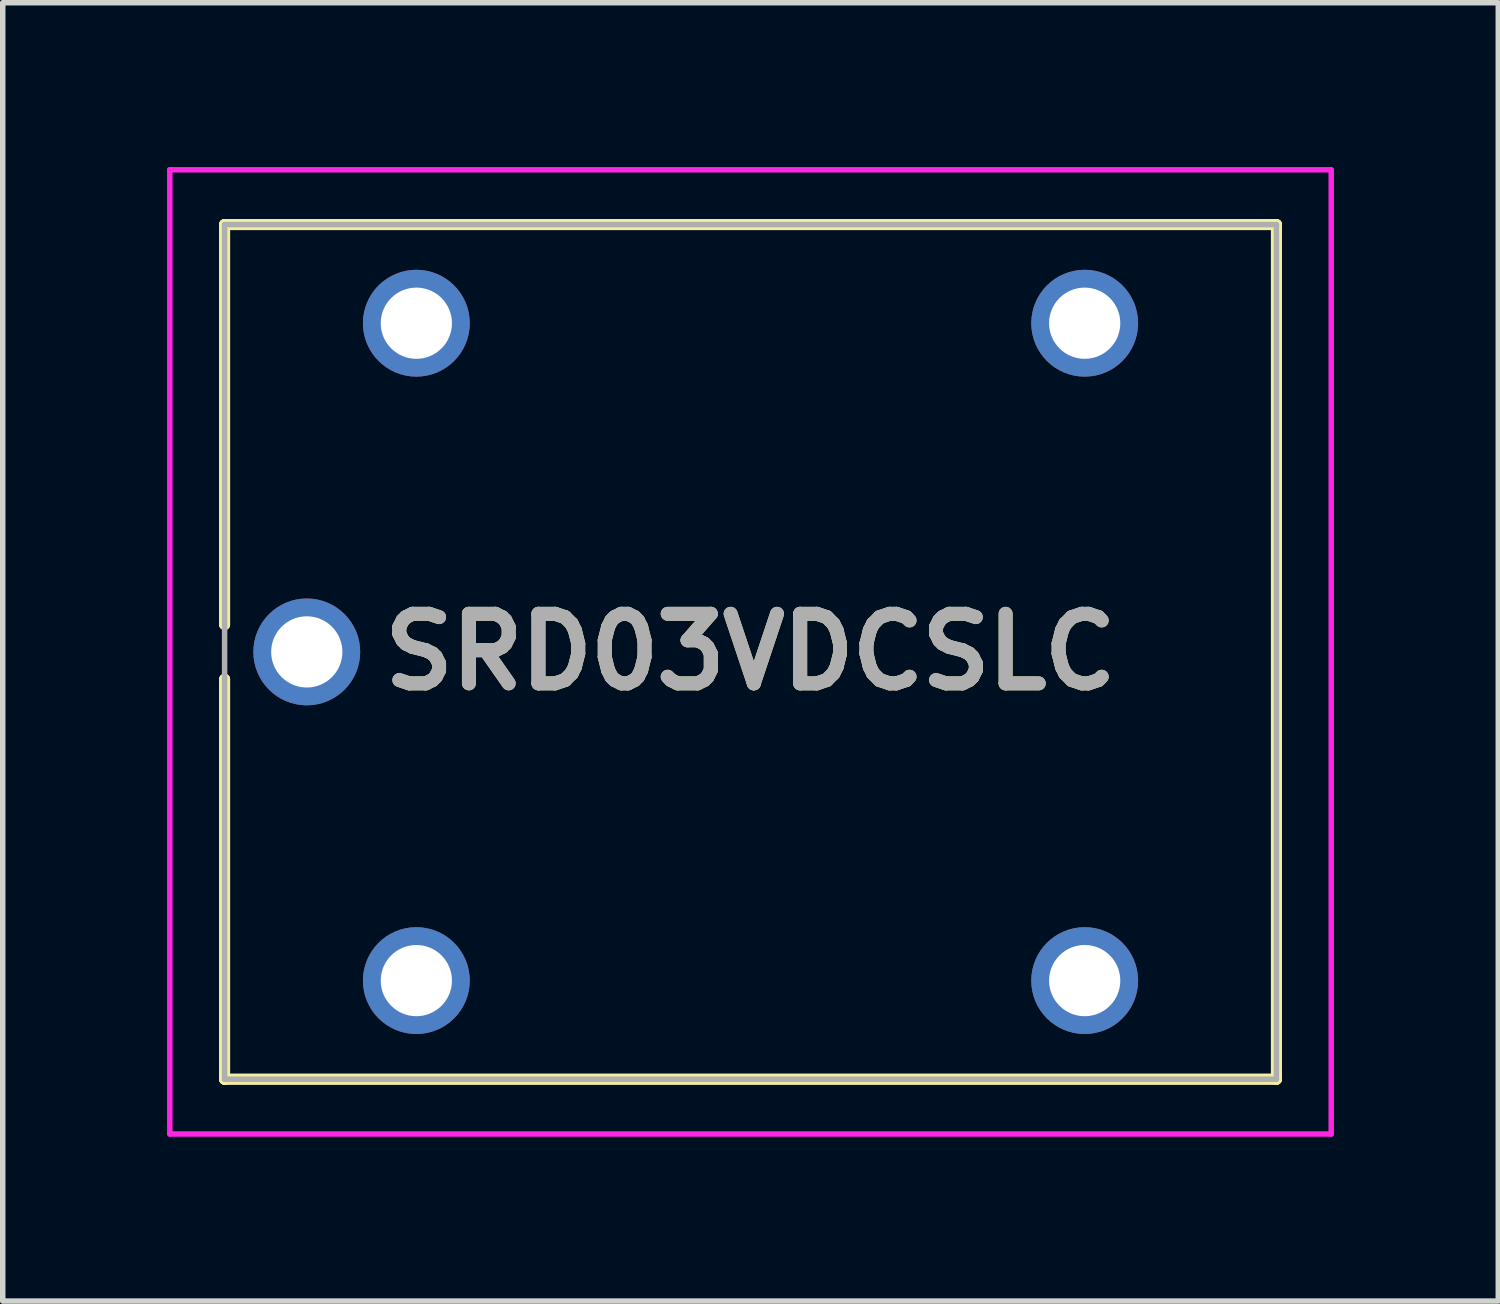
<source format=kicad_pcb>
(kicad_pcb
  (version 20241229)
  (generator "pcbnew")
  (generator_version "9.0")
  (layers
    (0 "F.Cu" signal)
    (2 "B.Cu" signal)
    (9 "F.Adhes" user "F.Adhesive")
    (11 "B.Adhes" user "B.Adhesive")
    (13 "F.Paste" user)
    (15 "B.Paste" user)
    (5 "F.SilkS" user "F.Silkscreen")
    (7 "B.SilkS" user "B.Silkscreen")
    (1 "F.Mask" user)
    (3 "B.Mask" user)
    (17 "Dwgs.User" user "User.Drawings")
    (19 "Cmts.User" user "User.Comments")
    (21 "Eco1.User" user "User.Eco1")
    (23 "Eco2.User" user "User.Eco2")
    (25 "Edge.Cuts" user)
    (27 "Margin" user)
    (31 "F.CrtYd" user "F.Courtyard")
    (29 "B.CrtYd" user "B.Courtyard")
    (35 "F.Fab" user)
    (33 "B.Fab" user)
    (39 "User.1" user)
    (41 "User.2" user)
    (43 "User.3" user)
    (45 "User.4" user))
  (footprint "SRD03VDCSLC"
    (layer "F.Cu")
    (at 4.55 14.85)
    (property "Reference" "SRD03VDCSLC" (at 6.1 -6 0) (layer "F.SilkS") (effects (font (size 1.27 1.27) (thickness 0.254))))
    (attr through_hole)
    (fp_line (start -3.5 -13.8) (end -3.5 -13.8) (stroke (width 0.2) (type solid)) (layer "F.SilkS"))
    (fp_line (start -3.5 -13.8) (end -3.5 -13.8) (stroke (width 0.2) (type solid)) (layer "F.SilkS"))
    (fp_line (start -3.5 -13.8) (end -3.5 -6.5) (stroke (width 0.2) (type solid)) (layer "F.SilkS"))
    (fp_line (start -3.5 -13.8) (end 15.7 -13.8) (stroke (width 0.2) (type solid)) (layer "F.SilkS"))
    (fp_line (start -3.5 -6.5) (end -3.5 -13.8) (stroke (width 0.2) (type solid)) (layer "F.SilkS"))
    (fp_line (start -3.5 -6.5) (end -3.5 -6.5) (stroke (width 0.2) (type solid)) (layer "F.SilkS"))
    (fp_line (start -3.5 -5.5) (end -3.5 -5.5) (stroke (width 0.2) (type solid)) (layer "F.SilkS"))
    (fp_line (start -3.5 -5.5) (end -3.5 1.8) (stroke (width 0.2) (type solid)) (layer "F.SilkS"))
    (fp_line (start -3.5 1.8) (end -3.5 -5.5) (stroke (width 0.2) (type solid)) (layer "F.SilkS"))
    (fp_line (start -3.5 1.8) (end -3.5 1.8) (stroke (width 0.2) (type solid)) (layer "F.SilkS"))
    (fp_line (start -3.5 1.8) (end -3.5 1.8) (stroke (width 0.2) (type solid)) (layer "F.SilkS"))
    (fp_line (start -3.5 1.8) (end 15.7 1.8) (stroke (width 0.2) (type solid)) (layer "F.SilkS"))
    (fp_line (start 15.7 -13.8) (end -3.5 -13.8) (stroke (width 0.2) (type solid)) (layer "F.SilkS"))
    (fp_line (start 15.7 -13.8) (end 15.7 -13.8) (stroke (width 0.2) (type solid)) (layer "F.SilkS"))
    (fp_line (start 15.7 -13.8) (end 15.7 -13.8) (stroke (width 0.2) (type solid)) (layer "F.SilkS"))
    (fp_line (start 15.7 -13.8) (end 15.7 1.8) (stroke (width 0.2) (type solid)) (layer "F.SilkS"))
    (fp_line (start 15.7 1.8) (end -3.5 1.8) (stroke (width 0.2) (type solid)) (layer "F.SilkS"))
    (fp_line (start 15.7 1.8) (end 15.7 -13.8) (stroke (width 0.2) (type solid)) (layer "F.SilkS"))
    (fp_line (start 15.7 1.8) (end 15.7 1.8) (stroke (width 0.2) (type solid)) (layer "F.SilkS"))
    (fp_line (start 15.7 1.8) (end 15.7 1.8) (stroke (width 0.2) (type solid)) (layer "F.SilkS"))
    (fp_line (start -4.5 -14.8) (end -4.5 2.8) (stroke (width 0.1) (type solid)) (layer "F.CrtYd"))
    (fp_line (start -4.5 2.8) (end 16.7 2.8) (stroke (width 0.1) (type solid)) (layer "F.CrtYd"))
    (fp_line (start 16.7 -14.8) (end -4.5 -14.8) (stroke (width 0.1) (type solid)) (layer "F.CrtYd"))
    (fp_line (start 16.7 2.8) (end 16.7 -14.8) (stroke (width 0.1) (type solid)) (layer "F.CrtYd"))
    (fp_line (start -3.5 -13.8) (end 15.7 -13.8) (stroke (width 0.1) (type solid)) (layer "F.Fab"))
    (fp_line (start -3.5 1.8) (end -3.5 -13.8) (stroke (width 0.1) (type solid)) (layer "F.Fab"))
    (fp_line (start 15.7 -13.8) (end 15.7 1.8) (stroke (width 0.1) (type solid)) (layer "F.Fab"))
    (fp_line (start 15.7 1.8) (end -3.5 1.8) (stroke (width 0.1) (type solid)) (layer "F.Fab"))
    (fp_text user "${REFERENCE}" (at 6.1 -6 0) (layer "F.Fab") (effects (font (size 1.27 1.27) (thickness 0.254))))
    (pad "1" thru_hole circle (at 0 0) (size 1.95 1.95) (drill 1.3) (layers "*.Cu" "*.Mask"))
    (pad "2" thru_hole circle (at 12.2 0) (size 1.95 1.95) (drill 1.3) (layers "*.Cu" "*.Mask"))
    (pad "3" thru_hole circle (at 12.2 -12) (size 1.95 1.95) (drill 1.3) (layers "*.Cu" "*.Mask"))
    (pad "4" thru_hole circle (at 0 -12) (size 1.95 1.95) (drill 1.3) (layers "*.Cu" "*.Mask"))
    (pad "5" thru_hole circle (at -2 -6) (size 1.95 1.95) (drill 1.3) (layers "*.Cu" "*.Mask")))
  (gr_rect
    (start -3 -3)
    (end 24.3 20.7)
    (stroke (width 0.1) (type default))
    (fill no)
    (layer "Edge.Cuts")))
</source>
